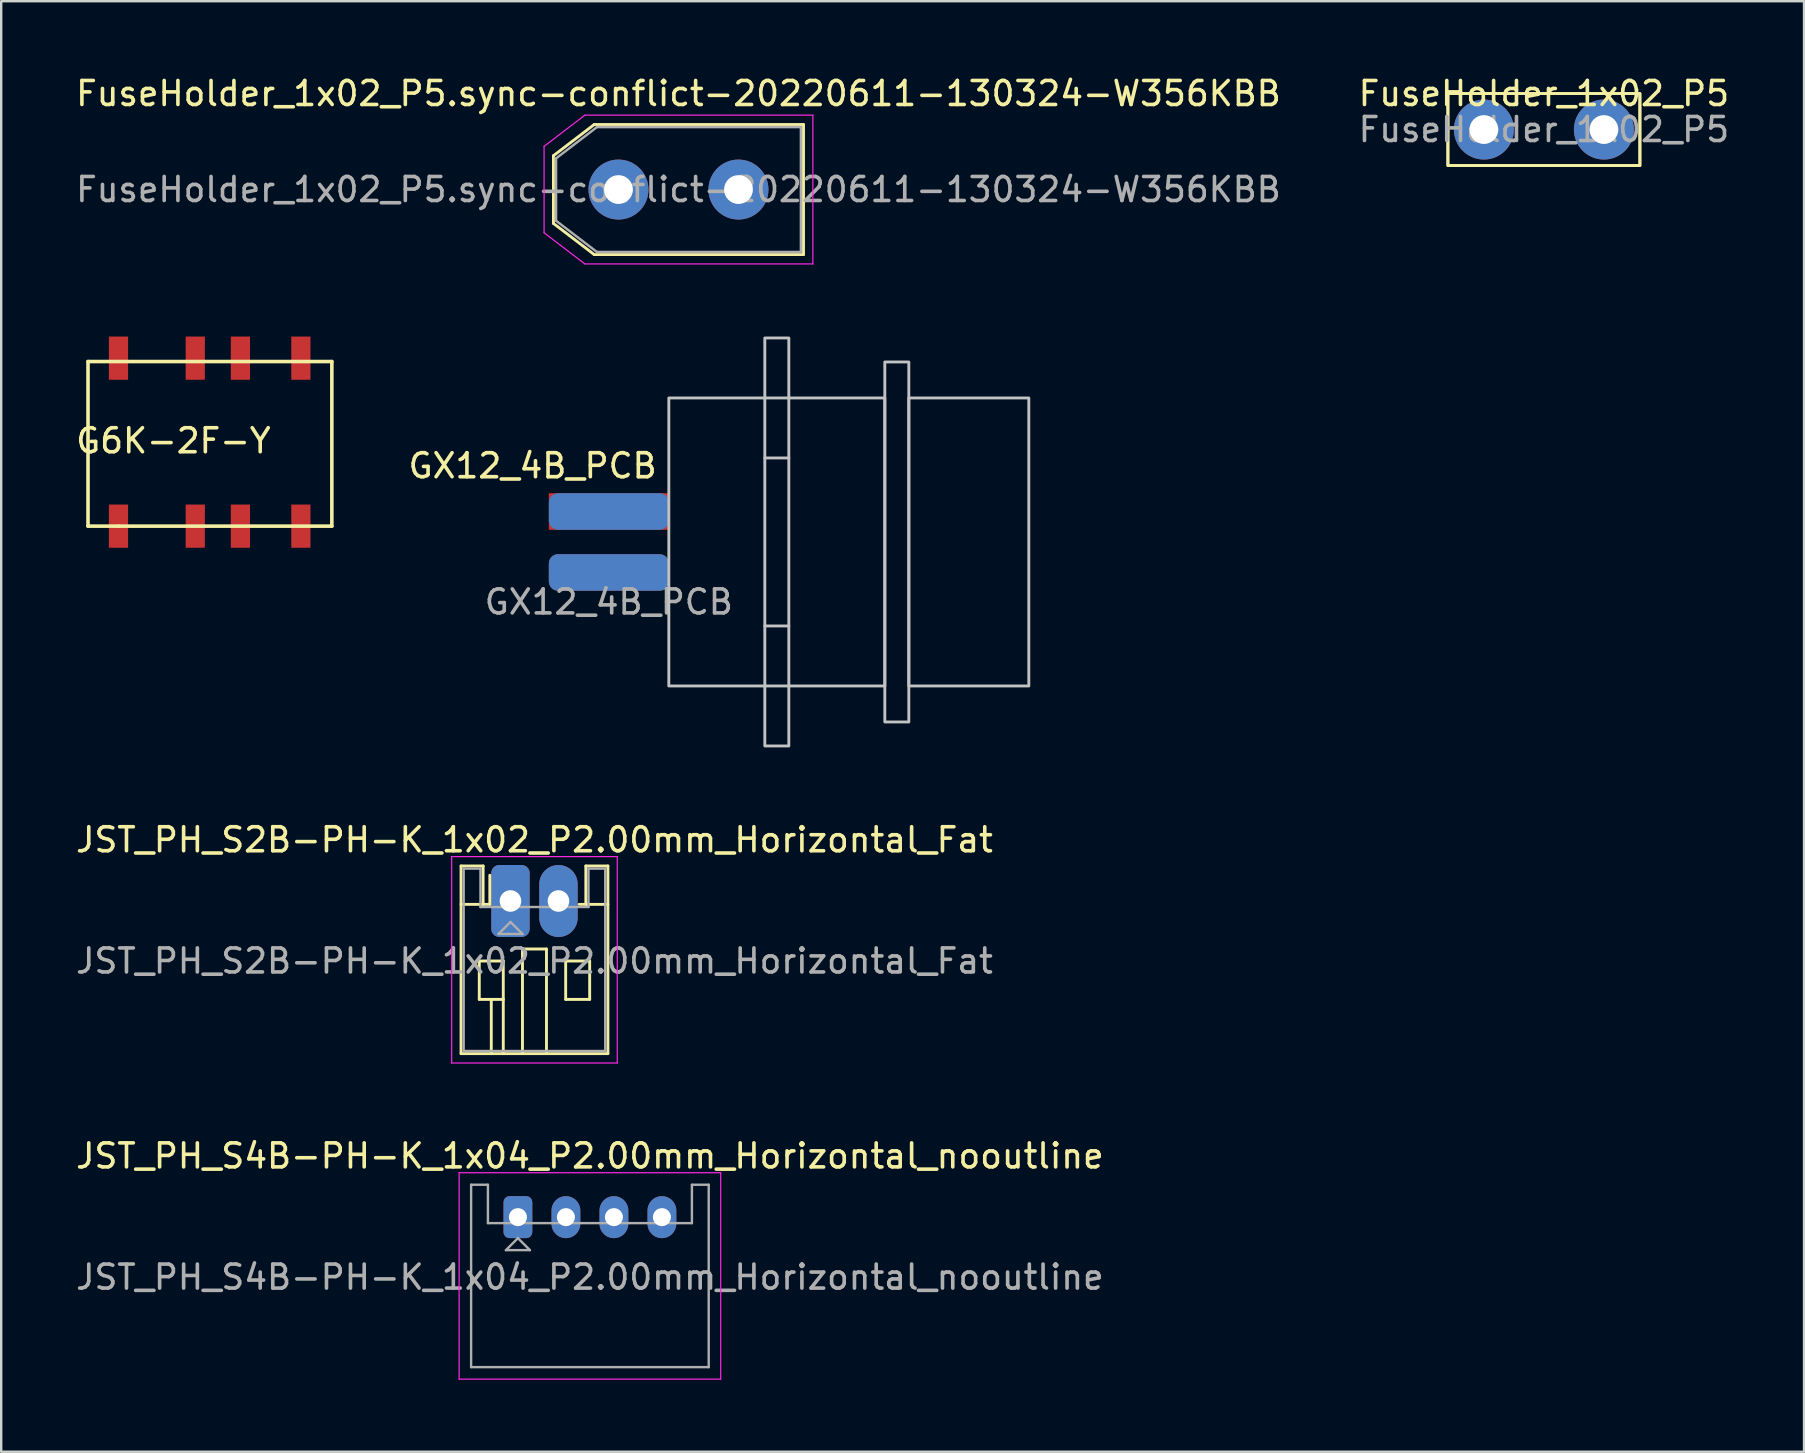
<source format=kicad_pcb>
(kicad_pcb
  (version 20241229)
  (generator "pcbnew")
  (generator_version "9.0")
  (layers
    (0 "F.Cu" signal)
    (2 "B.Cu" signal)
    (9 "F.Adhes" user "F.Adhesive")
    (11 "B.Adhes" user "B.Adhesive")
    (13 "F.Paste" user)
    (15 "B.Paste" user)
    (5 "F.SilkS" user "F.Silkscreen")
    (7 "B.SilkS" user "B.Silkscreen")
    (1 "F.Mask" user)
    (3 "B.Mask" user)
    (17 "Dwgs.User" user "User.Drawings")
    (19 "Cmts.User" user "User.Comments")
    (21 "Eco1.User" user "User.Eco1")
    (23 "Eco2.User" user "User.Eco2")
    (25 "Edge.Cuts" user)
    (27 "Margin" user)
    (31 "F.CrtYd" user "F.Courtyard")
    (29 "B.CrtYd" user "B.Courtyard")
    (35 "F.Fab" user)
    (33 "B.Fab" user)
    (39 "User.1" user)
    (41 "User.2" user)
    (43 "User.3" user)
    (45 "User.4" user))
  (footprint "GX12_4B_PCB"
    (layer "F.Cu")
    (at 22.318 19.533)
    (property "Reference" "GX12_4B_PCB" (at -3.175 -3.175 0) (unlocked yes) (layer "F.SilkS") (effects (font (size 1 1) (thickness 0.15))))
    (attr smd)
    (fp_line (start 6.5 -3.5) (end 7.5 -3.5) (stroke (width 0.12) (type solid)) (layer "Dwgs.User"))
    (fp_line (start 6.5 3.5) (end 7.5 3.5) (stroke (width 0.12) (type solid)) (layer "Dwgs.User"))
    (fp_rect (start 2.5 6) (end 11.5 -6) (stroke (width 0.12) (type solid)) (fill no) (layer "Dwgs.User"))
    (fp_rect (start 6.5 8.5) (end 7.5 -8.5) (stroke (width 0.12) (type solid)) (fill no) (layer "Dwgs.User"))
    (fp_rect (start 11.5 7.5) (end 12.5 -7.5) (stroke (width 0.12) (type solid)) (fill no) (layer "Dwgs.User"))
    (fp_rect (start 12.5 6) (end 17.5 -6) (stroke (width 0.12) (type solid)) (fill no) (layer "Dwgs.User"))
    (fp_text user "${REFERENCE}" (at 0 2.5 0) (unlocked yes) (layer "F.Fab") (effects (font (size 1 1) (thickness 0.15))))
    (pad "1" smd rect (at 0 -1.27) (size 5 1.524) (layers "F.Cu" "F.Mask" "F.Paste"))
    (pad "2" smd roundrect (at 0 -1.27) (size 5 1.524) (layers "B.Cu" "B.Mask" "B.Paste") (roundrect_rratio 0.25))
    (pad "3" smd roundrect (at 0 1.27) (size 5 1.524) (layers "B.Cu" "B.Mask" "B.Paste") (roundrect_rratio 0.25))
    (pad "4" smd roundrect (at 0 1.27) (size 5 1.524) (layers "F.Cu" "F.Mask" "F.Paste") (roundrect_rratio 0.25)))
  (footprint "FuseHolder_1x02_P5"
    (layer "F.Cu")
    (at 58.78 2.348)
    (property "Reference" "FuseHolder_1x02_P5" (at 2.5 -1.5 0) (layer "F.SilkS") (effects (font (size 1 1) (thickness 0.15))))
    (attr through_hole)
    (fp_rect (start -1.5 1.5) (end 6.5 -1.5) (stroke (width 0.12) (type solid)) (fill no) (layer "F.SilkS"))
    (fp_rect (start -1.5 1.5) (end 6.5 -1.5) (stroke (width 0.12) (type solid)) (fill no) (layer "F.SilkS"))
    (fp_text user "${REFERENCE}" (at 2.5 0 0) (layer "F.Fab") (effects (font (size 1 1) (thickness 0.15))))
    (pad "1" thru_hole circle (at 0 0) (size 2.5 2.5) (drill 1.2) (layers "*.Cu" "*.Mask"))
    (pad "1" thru_hole circle (at 5 0) (size 2.5 2.5) (drill 1.2) (layers "*.Cu" "*.Mask")))
  (footprint "FuseHolder_1x02_P5.sync-conflict-20220611-130324-W356KBB"
    (layer "F.Cu")
    (at 22.72 4.848)
    (property "Reference" "FuseHolder_1x02_P5.sync-conflict-20220611-130324-W356KBB" (at 2.5 -4 0) (layer "F.SilkS") (effects (font (size 1 1) (thickness 0.15))))
    (attr through_hole)
    (fp_line (start -2.71 -1.41) (end -2.71 1.41) (stroke (width 0.12) (type solid)) (layer "F.SilkS"))
    (fp_line (start -2.71 -1.41) (end -1.01 -2.71) (stroke (width 0.12) (type solid)) (layer "F.SilkS"))
    (fp_line (start -2.71 1.41) (end -1.01 2.71) (stroke (width 0.12) (type solid)) (layer "F.SilkS"))
    (fp_line (start -1.01 -2.71) (end 7.71 -2.71) (stroke (width 0.12) (type solid)) (layer "F.SilkS"))
    (fp_line (start -1.01 2.71) (end 7.71 2.71) (stroke (width 0.12) (type solid)) (layer "F.SilkS"))
    (fp_line (start 7.71 -2.71) (end 7.71 2.71) (stroke (width 0.12) (type solid)) (layer "F.SilkS"))
    (fp_line (start -3.1 -1.8) (end -3.1 1.8) (stroke (width 0.05) (type solid)) (layer "F.CrtYd"))
    (fp_line (start -3.1 -1.8) (end -1.4 -3.1) (stroke (width 0.05) (type solid)) (layer "F.CrtYd"))
    (fp_line (start -3.1 1.8) (end -1.4 3.1) (stroke (width 0.05) (type solid)) (layer "F.CrtYd"))
    (fp_line (start -1.4 -3.1) (end 8.1 -3.1) (stroke (width 0.05) (type solid)) (layer "F.CrtYd"))
    (fp_line (start -1.4 3.1) (end 8.1 3.1) (stroke (width 0.05) (type solid)) (layer "F.CrtYd"))
    (fp_line (start 8.1 -3.1) (end 8.1 3.1) (stroke (width 0.05) (type solid)) (layer "F.CrtYd"))
    (fp_line (start -2.6 -1.3) (end -2.6 1.3) (stroke (width 0.1) (type solid)) (layer "F.Fab"))
    (fp_line (start -2.6 -1.3) (end -0.9 -2.6) (stroke (width 0.1) (type solid)) (layer "F.Fab"))
    (fp_line (start -2.6 1.3) (end -0.9 2.6) (stroke (width 0.1) (type solid)) (layer "F.Fab"))
    (fp_line (start -0.9 -2.6) (end 7.6 -2.6) (stroke (width 0.1) (type solid)) (layer "F.Fab"))
    (fp_line (start -0.9 2.6) (end 7.6 2.6) (stroke (width 0.1) (type solid)) (layer "F.Fab"))
    (fp_line (start 7.6 -2.6) (end 7.6 2.6) (stroke (width 0.1) (type solid)) (layer "F.Fab"))
    (fp_text user "${REFERENCE}" (at 2.5 0 0) (layer "F.Fab") (effects (font (size 1 1) (thickness 0.15))))
    (pad "1" thru_hole circle (at 0 0) (size 2.5 2.5) (drill 1.2) (layers "*.Cu" "*.Mask"))
    (pad "1" thru_hole circle (at 5 0) (size 2.5 2.5) (drill 1.2) (layers "*.Cu" "*.Mask")))
  (footprint "JST_PH_S2B-PH-K_1x02_P2.00mm_Horizontal_Fat"
    (layer "F.Cu")
    (at 18.22 34.492)
    (property "Reference" "JST_PH_S2B-PH-K_1x02_P2.00mm_Horizontal_Fat" (at 1 -2.55 0) (layer "F.SilkS") (effects (font (size 1 1) (thickness 0.15))))
    (attr through_hole)
    (fp_line (start -2.06 -1.46) (end -2.06 6.36) (stroke (width 0.12) (type solid)) (layer "F.SilkS"))
    (fp_line (start -2.06 0.14) (end -1.14 0.14) (stroke (width 0.12) (type solid)) (layer "F.SilkS"))
    (fp_line (start -2.06 6.36) (end 4.06 6.36) (stroke (width 0.12) (type solid)) (layer "F.SilkS"))
    (fp_line (start -1.3 2.5) (end -1.3 4.1) (stroke (width 0.12) (type solid)) (layer "F.SilkS"))
    (fp_line (start -1.3 4.1) (end -0.3 4.1) (stroke (width 0.12) (type solid)) (layer "F.SilkS"))
    (fp_line (start -1.14 -1.46) (end -2.06 -1.46) (stroke (width 0.12) (type solid)) (layer "F.SilkS"))
    (fp_line (start -1.14 0.14) (end -1.14 -1.46) (stroke (width 0.12) (type solid)) (layer "F.SilkS"))
    (fp_line (start -0.86 0.14) (end -1.14 0.14) (stroke (width 0.12) (type solid)) (layer "F.SilkS"))
    (fp_line (start -0.86 0.14) (end -0.86 -1.075) (stroke (width 0.12) (type solid)) (layer "F.SilkS"))
    (fp_line (start -0.8 4.1) (end -0.8 6.36) (stroke (width 0.12) (type solid)) (layer "F.SilkS"))
    (fp_line (start -0.3 2.5) (end -1.3 2.5) (stroke (width 0.12) (type solid)) (layer "F.SilkS"))
    (fp_line (start -0.3 4.1) (end -0.3 2.5) (stroke (width 0.12) (type solid)) (layer "F.SilkS"))
    (fp_line (start -0.3 4.1) (end -0.3 6.36) (stroke (width 0.12) (type solid)) (layer "F.SilkS"))
    (fp_line (start 0.5 2) (end 1.5 2) (stroke (width 0.12) (type solid)) (layer "F.SilkS"))
    (fp_line (start 0.5 6.36) (end 0.5 2) (stroke (width 0.12) (type solid)) (layer "F.SilkS"))
    (fp_line (start 1.5 2) (end 1.5 6.36) (stroke (width 0.12) (type solid)) (layer "F.SilkS"))
    (fp_line (start 2.3 2.5) (end 3.3 2.5) (stroke (width 0.12) (type solid)) (layer "F.SilkS"))
    (fp_line (start 2.3 4.1) (end 2.3 2.5) (stroke (width 0.12) (type solid)) (layer "F.SilkS"))
    (fp_line (start 3.14 -1.46) (end 3.14 0.14) (stroke (width 0.12) (type solid)) (layer "F.SilkS"))
    (fp_line (start 3.14 0.14) (end 2.86 0.14) (stroke (width 0.12) (type solid)) (layer "F.SilkS"))
    (fp_line (start 3.3 2.5) (end 3.3 4.1) (stroke (width 0.12) (type solid)) (layer "F.SilkS"))
    (fp_line (start 3.3 4.1) (end 2.3 4.1) (stroke (width 0.12) (type solid)) (layer "F.SilkS"))
    (fp_line (start 4.06 -1.46) (end 3.14 -1.46) (stroke (width 0.12) (type solid)) (layer "F.SilkS"))
    (fp_line (start 4.06 0.14) (end 3.14 0.14) (stroke (width 0.12) (type solid)) (layer "F.SilkS"))
    (fp_line (start 4.06 6.36) (end 4.06 -1.46) (stroke (width 0.12) (type solid)) (layer "F.SilkS"))
    (fp_line (start -2.45 -1.85) (end -2.45 6.75) (stroke (width 0.05) (type solid)) (layer "F.CrtYd"))
    (fp_line (start -2.45 6.75) (end 4.45 6.75) (stroke (width 0.05) (type solid)) (layer "F.CrtYd"))
    (fp_line (start 4.45 -1.85) (end -2.45 -1.85) (stroke (width 0.05) (type solid)) (layer "F.CrtYd"))
    (fp_line (start 4.45 6.75) (end 4.45 -1.85) (stroke (width 0.05) (type solid)) (layer "F.CrtYd"))
    (fp_line (start -1.95 -1.35) (end -1.95 6.25) (stroke (width 0.1) (type solid)) (layer "F.Fab"))
    (fp_line (start -1.95 6.25) (end 3.95 6.25) (stroke (width 0.1) (type solid)) (layer "F.Fab"))
    (fp_line (start -1.25 -1.35) (end -1.95 -1.35) (stroke (width 0.1) (type solid)) (layer "F.Fab"))
    (fp_line (start -1.25 0.25) (end -1.25 -1.35) (stroke (width 0.1) (type solid)) (layer "F.Fab"))
    (fp_line (start -0.5 1.375) (end 0.5 1.375) (stroke (width 0.1) (type solid)) (layer "F.Fab"))
    (fp_line (start 0 0.875) (end -0.5 1.375) (stroke (width 0.1) (type solid)) (layer "F.Fab"))
    (fp_line (start 0.5 1.375) (end 0 0.875) (stroke (width 0.1) (type solid)) (layer "F.Fab"))
    (fp_line (start 3.25 -1.35) (end 3.25 0.25) (stroke (width 0.1) (type solid)) (layer "F.Fab"))
    (fp_line (start 3.25 0.25) (end -1.25 0.25) (stroke (width 0.1) (type solid)) (layer "F.Fab"))
    (fp_line (start 3.95 -1.35) (end 3.25 -1.35) (stroke (width 0.1) (type solid)) (layer "F.Fab"))
    (fp_line (start 3.95 6.25) (end 3.95 -1.35) (stroke (width 0.1) (type solid)) (layer "F.Fab"))
    (fp_text user "${REFERENCE}" (at 1 2.5 0) (layer "F.Fab") (effects (font (size 1 1) (thickness 0.15))))
    (pad "1" thru_hole roundrect (at 0 0) (size 1.6 3) (drill 0.9) (layers "*.Cu" "*.Mask") (roundrect_rratio 0.208))
    (pad "2" thru_hole oval (at 2 0) (size 1.6 3) (drill 0.9) (layers "*.Cu" "*.Mask")))
  (footprint "JST_PH_S4B-PH-K_1x04_P2.00mm_Horizontal_nooutline"
    (layer "F.Cu")
    (at 18.53 47.665)
    (property "Reference" "JST_PH_S4B-PH-K_1x04_P2.00mm_Horizontal_nooutline" (at 3 -2.55 0) (layer "F.SilkS") (effects (font (size 1 1) (thickness 0.15))))
    (attr through_hole)
    (fp_line (start -2.45 -1.85) (end -2.45 6.75) (stroke (width 0.05) (type solid)) (layer "F.CrtYd"))
    (fp_line (start -2.45 6.75) (end 8.45 6.75) (stroke (width 0.05) (type solid)) (layer "F.CrtYd"))
    (fp_line (start 8.45 -1.85) (end -2.45 -1.85) (stroke (width 0.05) (type solid)) (layer "F.CrtYd"))
    (fp_line (start 8.45 6.75) (end 8.45 -1.85) (stroke (width 0.05) (type solid)) (layer "F.CrtYd"))
    (fp_line (start -1.95 -1.35) (end -1.95 6.25) (stroke (width 0.1) (type solid)) (layer "F.Fab"))
    (fp_line (start -1.95 6.25) (end 7.95 6.25) (stroke (width 0.1) (type solid)) (layer "F.Fab"))
    (fp_line (start -1.25 -1.35) (end -1.95 -1.35) (stroke (width 0.1) (type solid)) (layer "F.Fab"))
    (fp_line (start -1.25 0.25) (end -1.25 -1.35) (stroke (width 0.1) (type solid)) (layer "F.Fab"))
    (fp_line (start -0.5 1.375) (end 0.5 1.375) (stroke (width 0.1) (type solid)) (layer "F.Fab"))
    (fp_line (start 0 0.875) (end -0.5 1.375) (stroke (width 0.1) (type solid)) (layer "F.Fab"))
    (fp_line (start 0.5 1.375) (end 0 0.875) (stroke (width 0.1) (type solid)) (layer "F.Fab"))
    (fp_line (start 7.25 -1.35) (end 7.25 0.25) (stroke (width 0.1) (type solid)) (layer "F.Fab"))
    (fp_line (start 7.25 0.25) (end -1.25 0.25) (stroke (width 0.1) (type solid)) (layer "F.Fab"))
    (fp_line (start 7.95 -1.35) (end 7.25 -1.35) (stroke (width 0.1) (type solid)) (layer "F.Fab"))
    (fp_line (start 7.95 6.25) (end 7.95 -1.35) (stroke (width 0.1) (type solid)) (layer "F.Fab"))
    (fp_text user "${REFERENCE}" (at 3 2.5 0) (layer "F.Fab") (effects (font (size 1 1) (thickness 0.15))))
    (pad "1" thru_hole roundrect (at 0 0) (size 1.2 1.75) (drill 0.75) (layers "*.Cu" "*.Mask") (roundrect_rratio 0.208))
    (pad "2" thru_hole oval (at 2 0) (size 1.2 1.75) (drill 0.75) (layers "*.Cu" "*.Mask"))
    (pad "3" thru_hole oval (at 4 0) (size 1.2 1.75) (drill 0.75) (layers "*.Cu" "*.Mask"))
    (pad "4" thru_hole oval (at 6 0) (size 1.2 1.75) (drill 0.75) (layers "*.Cu" "*.Mask")))
  (footprint "G6K-2F-Y"
    (layer "F.Cu")
    (at 1.887 18.873)
    (property "Reference" "G6K-2F-Y" (at 2.286 -3.556 0) (layer "F.SilkS") (effects (font (size 1 1) (thickness 0.15))))
    (attr through_hole)
    (fp_line (start -1.27 -6.858) (end 8.89 -6.858) (stroke (width 0.15) (type solid)) (layer "F.SilkS"))
    (fp_line (start -1.27 0) (end -1.27 -6.858) (stroke (width 0.15) (type solid)) (layer "F.SilkS"))
    (fp_line (start 0 0) (end -1.27 0) (stroke (width 0.15) (type solid)) (layer "F.SilkS"))
    (fp_line (start 8.89 -6.858) (end 8.89 0) (stroke (width 0.15) (type solid)) (layer "F.SilkS"))
    (fp_line (start 8.89 0) (end 0 0) (stroke (width 0.15) (type solid)) (layer "F.SilkS"))
    (pad "1" smd rect (at 0 0) (size 0.8 1.8) (layers "F.Cu" "F.Mask" "F.Paste"))
    (pad "2" smd rect (at 3.2 0) (size 0.8 1.8) (layers "F.Cu" "F.Mask" "F.Paste"))
    (pad "3" smd rect (at 5.08 0) (size 0.8 1.8) (layers "F.Cu" "F.Mask" "F.Paste"))
    (pad "4" smd rect (at 7.6 0) (size 0.8 1.8) (layers "F.Cu" "F.Mask" "F.Paste"))
    (pad "5" smd rect (at 7.6 -7) (size 0.8 1.8) (layers "F.Cu" "F.Mask" "F.Paste"))
    (pad "6" smd rect (at 5.08 -7) (size 0.8 1.8) (layers "F.Cu" "F.Mask" "F.Paste"))
    (pad "7" smd rect (at 3.2 -7) (size 0.8 1.8) (layers "F.Cu" "F.Mask" "F.Paste"))
    (pad "8" smd rect (at 0 -7) (size 0.8 1.8) (layers "F.Cu" "F.Mask" "F.Paste")))
  (gr_rect
    (start -3 -3)
    (end 72.119 57.44)
    (stroke (width 0.1) (type default))
    (fill no)
    (layer "Edge.Cuts")))
</source>
